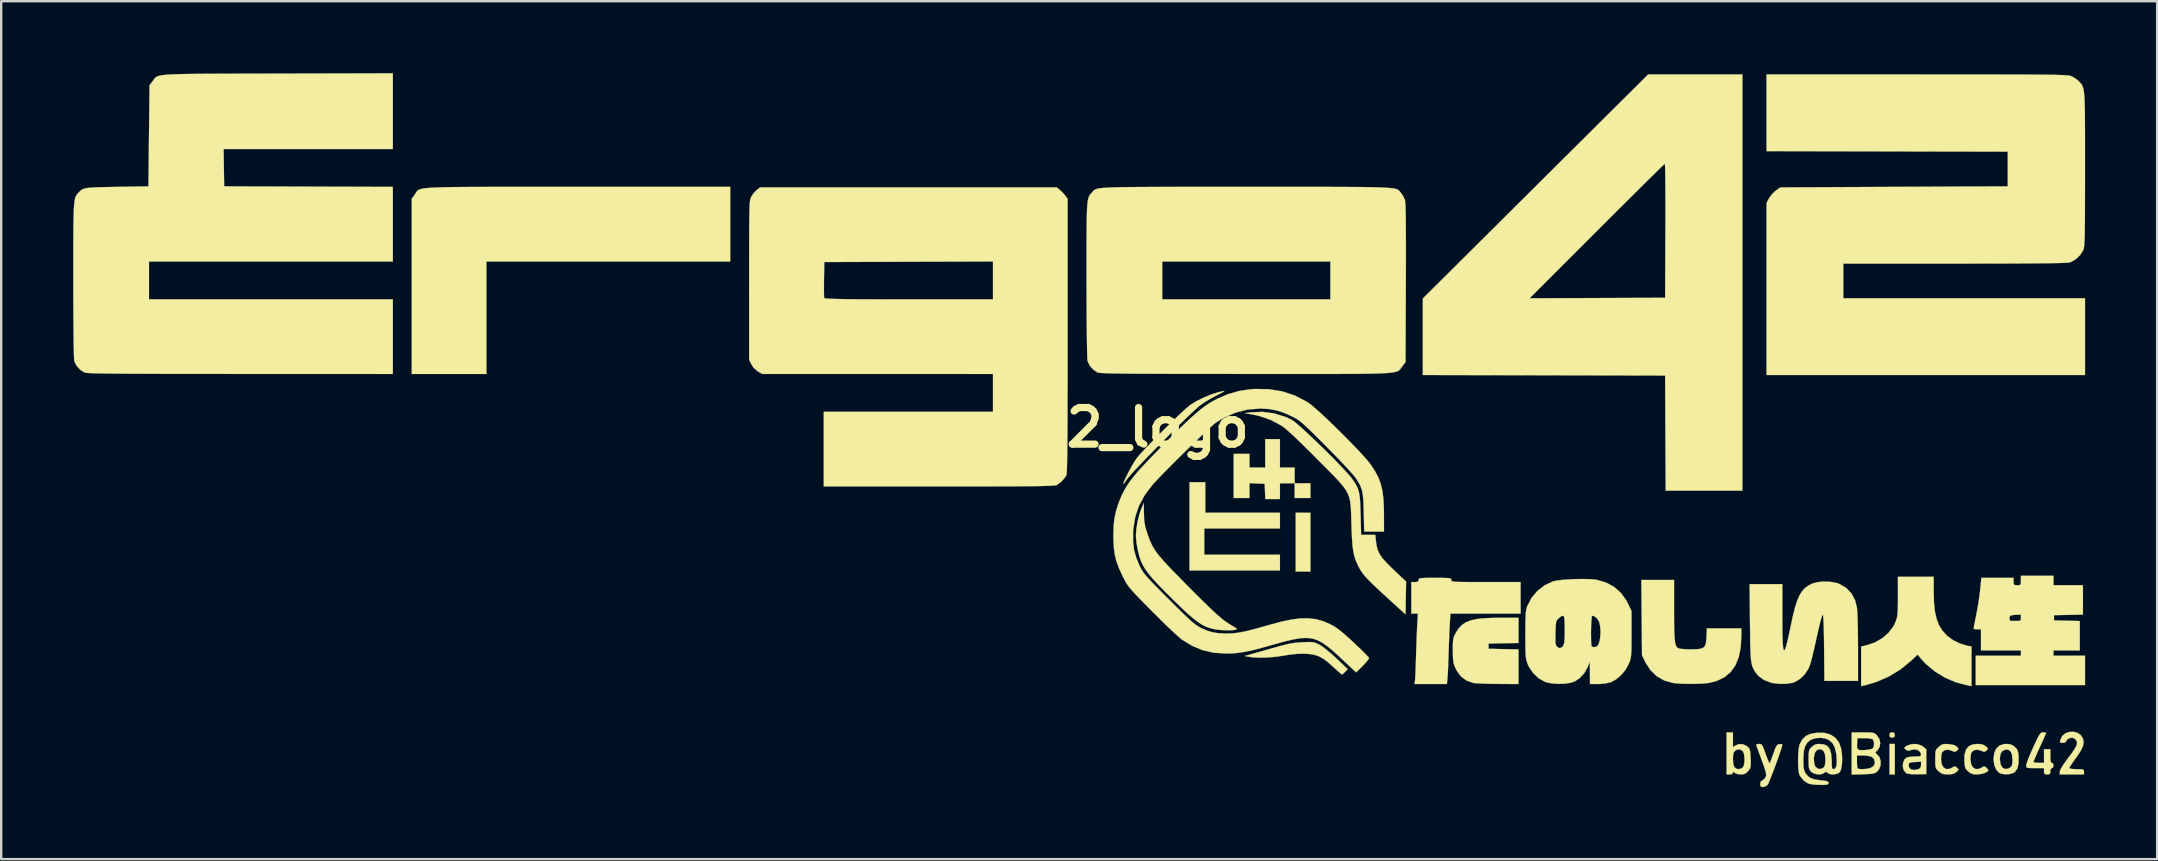
<source format=kicad_pcb>
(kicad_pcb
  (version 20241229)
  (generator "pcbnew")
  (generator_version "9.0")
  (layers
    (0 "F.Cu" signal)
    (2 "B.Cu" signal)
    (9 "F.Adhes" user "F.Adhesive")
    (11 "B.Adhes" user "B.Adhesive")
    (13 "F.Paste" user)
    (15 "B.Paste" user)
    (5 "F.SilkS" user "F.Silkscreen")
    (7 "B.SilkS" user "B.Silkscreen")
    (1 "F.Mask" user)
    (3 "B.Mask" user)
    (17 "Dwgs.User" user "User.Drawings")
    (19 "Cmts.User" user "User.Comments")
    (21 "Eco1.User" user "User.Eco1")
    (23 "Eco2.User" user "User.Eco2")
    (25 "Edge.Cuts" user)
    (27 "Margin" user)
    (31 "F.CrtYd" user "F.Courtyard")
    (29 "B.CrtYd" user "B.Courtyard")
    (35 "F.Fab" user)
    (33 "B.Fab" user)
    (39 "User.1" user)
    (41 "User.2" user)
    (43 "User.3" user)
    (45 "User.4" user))
  (footprint "ergo42_logo"
    (layer "F.Cu")
    (at 41.959 14.765)
    (property "Reference" "ergo42_logo" (at 0 0 0) (layer "F.SilkS") (effects (font (size 1.524 1.524) (thickness 0.3))))
    (attr through_hole)
    (fp_poly (pts (xy 9.591 2.934) (xy 8.934 2.934) (xy 8.934 2.321) (xy 9.591 2.321) (xy 9.591 2.934)) (stroke (width 0.01) (type solid)) (fill yes) (layer "F.SilkS"))
    (fp_poly (pts (xy 9.591 6) (xy 8.978 6) (xy 8.978 3.547) (xy 9.591 3.547) (xy 9.591 6)) (stroke (width 0.01) (type solid)) (fill yes) (layer "F.SilkS"))
    (fp_poly (pts (xy 33.94 14.452) (xy 33.721 14.452) (xy 33.721 13.182) (xy 33.94 13.182) (xy 33.94 14.452)) (stroke (width 0.01) (type solid)) (fill yes) (layer "F.SilkS"))
    (fp_poly (pts (xy 5.211 3.547) (xy 8.321 3.547) (xy 8.321 4.204) (xy 5.168 4.204) (xy 5.168 5.299) (xy 8.321 5.299) (xy 8.321 5.956) (xy 4.554 5.956) (xy 4.554 2.277) (xy 5.211 2.277) (xy 5.211 3.547)) (stroke (width 0.01) (type solid)) (fill yes) (layer "F.SilkS"))
    (fp_poly (pts (xy 33.914 12.718) (xy 33.939 12.789) (xy 33.94 12.809) (xy 33.922 12.893) (xy 33.85 12.919) (xy 33.83 12.919) (xy 33.747 12.901) (xy 33.721 12.83) (xy 33.721 12.809) (xy 33.739 12.726) (xy 33.81 12.7) (xy 33.83 12.7) (xy 33.914 12.718)) (stroke (width 0.01) (type solid)) (fill yes) (layer "F.SilkS"))
    (fp_poly (pts (xy 8.321 1.664) (xy 8.934 1.664) (xy 8.934 2.321) (xy 8.321 2.321) (xy 8.321 2.978) (xy 7.711 2.978) (xy 7.686 2.343) (xy 7.051 2.317) (xy 7.051 2.934) (xy 6.394 2.934) (xy 6.394 1.095) (xy 7.051 1.095) (xy 7.051 1.664) (xy 7.708 1.664) (xy 7.708 0.482) (xy 8.321 0.482) (xy 8.321 1.664)) (stroke (width 0.01) (type solid)) (fill yes) (layer "F.SilkS"))
    (fp_poly (pts (xy -22.625 -10.029) (xy -21.82 -10.029) (xy -20.957 -10.029) (xy -14.583 -10.029) (xy -14.583 -6.919) (xy -24.743 -6.919) (xy -24.743 -2.233) (xy -27.852 -2.233) (xy -27.852 -9.534) (xy -27.722 -9.714) (xy -27.694 -9.757) (xy -27.671 -9.795) (xy -27.649 -9.83) (xy -27.624 -9.861) (xy -27.592 -9.889) (xy -27.548 -9.914) (xy -27.488 -9.935) (xy -27.408 -9.954) (xy -27.304 -9.97) (xy -27.172 -9.983) (xy -27.007 -9.995) (xy -26.804 -10.004) (xy -26.561 -10.012) (xy -26.272 -10.018) (xy -25.934 -10.022) (xy -25.542 -10.025) (xy -25.091 -10.027) (xy -24.579 -10.028) (xy -24 -10.029) (xy -23.35 -10.029) (xy -22.625 -10.029)) (stroke (width 0.01) (type solid)) (fill yes) (layer "F.SilkS"))
    (fp_poly (pts (xy 18.262 8.975) (xy 17.638 8.987) (xy 17.014 8.999) (xy 17.014 9.218) (xy 17.638 9.231) (xy 18.262 9.243) (xy 18.262 10.686) (xy 17.397 10.681) (xy 17.119 10.678) (xy 16.86 10.671) (xy 16.638 10.662) (xy 16.468 10.651) (xy 16.369 10.638) (xy 16.366 10.638) (xy 16.094 10.54) (xy 15.877 10.382) (xy 15.703 10.154) (xy 15.626 10.007) (xy 15.581 9.895) (xy 15.551 9.783) (xy 15.534 9.646) (xy 15.527 9.462) (xy 15.525 9.284) (xy 15.526 9.063) (xy 15.533 8.907) (xy 15.549 8.792) (xy 15.578 8.698) (xy 15.625 8.6) (xy 15.654 8.546) (xy 15.771 8.367) (xy 15.906 8.224) (xy 16.072 8.114) (xy 16.278 8.032) (xy 16.534 7.977) (xy 16.851 7.943) (xy 17.239 7.928) (xy 17.461 7.927) (xy 18.262 7.927) (xy 18.262 8.975)) (stroke (width 0.01) (type solid)) (fill yes) (layer "F.SilkS"))
    (fp_poly (pts (xy 27.59 2.628) (xy 24.394 2.628) (xy 24.382 0.23) (xy 24.371 -2.168) (xy 19.324 -2.179) (xy 14.277 -2.19) (xy 14.277 -5.379) (xy 14.284 -5.386) (xy 18.722 -5.386) (xy 21.546 -5.397) (xy 24.371 -5.408) (xy 24.382 -8.2) (xy 24.384 -8.686) (xy 24.384 -9.145) (xy 24.383 -9.569) (xy 24.382 -9.952) (xy 24.379 -10.287) (xy 24.376 -10.565) (xy 24.372 -10.779) (xy 24.367 -10.923) (xy 24.362 -10.989) (xy 24.36 -10.992) (xy 24.325 -10.962) (xy 24.232 -10.874) (xy 24.087 -10.733) (xy 23.893 -10.542) (xy 23.654 -10.308) (xy 23.376 -10.033) (xy 23.063 -9.722) (xy 22.718 -9.38) (xy 22.347 -9.011) (xy 21.954 -8.619) (xy 21.544 -8.209) (xy 21.524 -8.189) (xy 18.722 -5.386) (xy 14.284 -5.386) (xy 18.971 -10.047) (xy 23.665 -14.714) (xy 27.59 -14.714) (xy 27.59 2.628)) (stroke (width 0.01) (type solid)) (fill yes) (layer "F.SilkS"))
    (fp_poly (pts (xy 35.561 6.843) (xy 35.573 7.288) (xy 35.612 7.661) (xy 35.681 7.973) (xy 35.784 8.236) (xy 35.924 8.462) (xy 36.106 8.662) (xy 36.141 8.695) (xy 36.368 8.859) (xy 36.644 8.994) (xy 36.928 9.084) (xy 36.994 9.097) (xy 37.137 9.12) (xy 37.137 10.771) (xy 36.994 10.746) (xy 36.506 10.621) (xy 36.04 10.425) (xy 35.611 10.165) (xy 35.236 9.85) (xy 35.086 9.691) (xy 34.887 9.46) (xy 34.622 9.714) (xy 34.181 10.075) (xy 33.687 10.376) (xy 33.151 10.607) (xy 32.659 10.748) (xy 32.538 10.775) (xy 32.538 9.124) (xy 32.759 9.073) (xy 33.108 8.955) (xy 33.422 8.774) (xy 33.687 8.543) (xy 33.889 8.272) (xy 33.98 8.078) (xy 34.013 7.981) (xy 34.037 7.88) (xy 34.054 7.761) (xy 34.064 7.607) (xy 34.069 7.402) (xy 34.071 7.131) (xy 34.071 7.027) (xy 34.071 6.219) (xy 35.56 6.219) (xy 35.561 6.843)) (stroke (width 0.01) (type solid)) (fill yes) (layer "F.SilkS"))
    (fp_poly (pts (xy 37.548 13.193) (xy 37.666 13.235) (xy 37.729 13.281) (xy 37.803 13.35) (xy 37.816 13.395) (xy 37.773 13.445) (xy 37.761 13.457) (xy 37.695 13.504) (xy 37.631 13.504) (xy 37.541 13.465) (xy 37.389 13.422) (xy 37.249 13.44) (xy 37.148 13.514) (xy 37.135 13.534) (xy 37.11 13.624) (xy 37.095 13.761) (xy 37.093 13.836) (xy 37.121 14.028) (xy 37.197 14.161) (xy 37.31 14.229) (xy 37.45 14.222) (xy 37.567 14.163) (xy 37.646 14.118) (xy 37.705 14.13) (xy 37.752 14.169) (xy 37.816 14.24) (xy 37.837 14.282) (xy 37.798 14.336) (xy 37.695 14.388) (xy 37.555 14.429) (xy 37.401 14.451) (xy 37.358 14.452) (xy 37.203 14.441) (xy 37.091 14.398) (xy 36.997 14.326) (xy 36.92 14.248) (xy 36.875 14.168) (xy 36.851 14.056) (xy 36.838 13.91) (xy 36.844 13.633) (xy 36.903 13.425) (xy 37.016 13.283) (xy 37.188 13.203) (xy 37.381 13.182) (xy 37.548 13.193)) (stroke (width 0.01) (type solid)) (fill yes) (layer "F.SilkS"))
    (fp_poly (pts (xy 38.746 13.195) (xy 38.863 13.246) (xy 38.94 13.307) (xy 39.018 13.387) (xy 39.063 13.468) (xy 39.087 13.582) (xy 39.099 13.719) (xy 39.095 14.001) (xy 39.043 14.212) (xy 38.942 14.351) (xy 38.887 14.387) (xy 38.729 14.437) (xy 38.545 14.449) (xy 38.376 14.423) (xy 38.28 14.38) (xy 38.164 14.25) (xy 38.086 14.059) (xy 38.056 13.831) (xy 38.056 13.825) (xy 38.319 13.825) (xy 38.344 14.022) (xy 38.413 14.157) (xy 38.517 14.225) (xy 38.647 14.217) (xy 38.747 14.165) (xy 38.804 14.111) (xy 38.833 14.034) (xy 38.844 13.906) (xy 38.844 13.836) (xy 38.823 13.623) (xy 38.76 13.483) (xy 38.657 13.417) (xy 38.545 13.421) (xy 38.424 13.475) (xy 38.352 13.575) (xy 38.322 13.735) (xy 38.319 13.825) (xy 38.056 13.825) (xy 38.056 13.817) (xy 38.085 13.56) (xy 38.171 13.369) (xy 38.313 13.243) (xy 38.511 13.186) (xy 38.591 13.182) (xy 38.746 13.195)) (stroke (width 0.01) (type solid)) (fill yes) (layer "F.SilkS"))
    (fp_poly (pts (xy 24.743 7.613) (xy 24.744 8.021) (xy 24.748 8.349) (xy 24.756 8.608) (xy 24.768 8.806) (xy 24.786 8.953) (xy 24.811 9.058) (xy 24.844 9.128) (xy 24.885 9.175) (xy 24.92 9.197) (xy 24.997 9.216) (xy 25.138 9.23) (xy 25.319 9.239) (xy 25.436 9.24) (xy 25.684 9.236) (xy 25.859 9.215) (xy 25.973 9.166) (xy 26.041 9.079) (xy 26.076 8.944) (xy 26.092 8.748) (xy 26.094 8.719) (xy 26.11 8.364) (xy 27.546 8.364) (xy 27.546 8.704) (xy 27.518 9.174) (xy 27.434 9.578) (xy 27.294 9.916) (xy 27.096 10.19) (xy 26.839 10.403) (xy 26.522 10.555) (xy 26.205 10.639) (xy 26.036 10.659) (xy 25.805 10.673) (xy 25.539 10.679) (xy 25.263 10.678) (xy 25.004 10.669) (xy 24.788 10.653) (xy 24.69 10.64) (xy 24.336 10.539) (xy 24.026 10.363) (xy 23.767 10.117) (xy 23.563 9.805) (xy 23.544 9.766) (xy 23.407 9.481) (xy 23.394 7.916) (xy 23.38 6.35) (xy 24.743 6.35) (xy 24.743 7.613)) (stroke (width 0.01) (type solid)) (fill yes) (layer "F.SilkS"))
    (fp_poly (pts (xy 9.613 8.937) (xy 9.722 8.949) (xy 9.816 8.976) (xy 9.919 9.022) (xy 9.951 9.038) (xy 10.076 9.116) (xy 10.245 9.244) (xy 10.441 9.407) (xy 10.646 9.592) (xy 10.664 9.609) (xy 11.145 10.064) (xy 11.039 10.178) (xy 10.962 10.253) (xy 10.912 10.289) (xy 10.908 10.289) (xy 10.867 10.26) (xy 10.777 10.184) (xy 10.653 10.074) (xy 10.556 9.985) (xy 10.32 9.776) (xy 10.119 9.627) (xy 9.932 9.526) (xy 9.74 9.464) (xy 9.522 9.432) (xy 9.394 9.424) (xy 9.068 9.426) (xy 8.718 9.462) (xy 8.497 9.499) (xy 8.159 9.549) (xy 7.811 9.578) (xy 7.481 9.587) (xy 7.191 9.574) (xy 7.029 9.551) (xy 6.854 9.517) (xy 6.985 9.482) (xy 7.067 9.46) (xy 7.218 9.417) (xy 7.422 9.359) (xy 7.664 9.29) (xy 7.928 9.214) (xy 7.948 9.208) (xy 8.261 9.12) (xy 8.51 9.054) (xy 8.714 9.008) (xy 8.892 8.977) (xy 9.064 8.958) (xy 9.25 8.946) (xy 9.25 8.946) (xy 9.463 8.937) (xy 9.613 8.937)) (stroke (width 0.01) (type solid)) (fill yes) (layer "F.SilkS"))
    (fp_poly (pts (xy 34.866 13.188) (xy 35.051 13.249) (xy 35.119 13.295) (xy 35.253 13.408) (xy 35.253 14.44) (xy 34.867 14.446) (xy 34.64 14.442) (xy 34.482 14.423) (xy 34.409 14.397) (xy 34.311 14.272) (xy 34.271 14.106) (xy 34.276 14.069) (xy 34.517 14.069) (xy 34.54 14.179) (xy 34.626 14.248) (xy 34.758 14.269) (xy 34.92 14.235) (xy 34.922 14.234) (xy 35.007 14.178) (xy 35.034 14.08) (xy 35.034 14.056) (xy 35.034 13.922) (xy 34.783 13.935) (xy 34.64 13.945) (xy 34.563 13.965) (xy 34.529 14.004) (xy 34.517 14.069) (xy 34.276 14.069) (xy 34.292 13.941) (xy 34.347 13.826) (xy 34.43 13.754) (xy 34.56 13.718) (xy 34.757 13.707) (xy 34.769 13.707) (xy 34.917 13.704) (xy 34.998 13.689) (xy 35.03 13.658) (xy 35.034 13.626) (xy 34.997 13.514) (xy 34.9 13.437) (xy 34.768 13.406) (xy 34.627 13.43) (xy 34.595 13.445) (xy 34.491 13.464) (xy 34.422 13.435) (xy 34.349 13.375) (xy 34.351 13.324) (xy 34.433 13.265) (xy 34.463 13.249) (xy 34.659 13.187) (xy 34.866 13.188)) (stroke (width 0.01) (type solid)) (fill yes) (layer "F.SilkS"))
    (fp_poly (pts (xy 36.181 13.191) (xy 36.372 13.218) (xy 36.495 13.271) (xy 36.527 13.297) (xy 36.585 13.363) (xy 36.582 13.408) (xy 36.532 13.458) (xy 36.468 13.505) (xy 36.404 13.504) (xy 36.315 13.465) (xy 36.163 13.422) (xy 36.023 13.44) (xy 35.922 13.514) (xy 35.909 13.534) (xy 35.884 13.624) (xy 35.869 13.761) (xy 35.867 13.836) (xy 35.894 14.028) (xy 35.971 14.161) (xy 36.084 14.229) (xy 36.224 14.222) (xy 36.341 14.163) (xy 36.42 14.118) (xy 36.48 14.131) (xy 36.53 14.173) (xy 36.586 14.229) (xy 36.586 14.272) (xy 36.526 14.333) (xy 36.503 14.352) (xy 36.402 14.417) (xy 36.274 14.447) (xy 36.149 14.452) (xy 35.994 14.443) (xy 35.885 14.41) (xy 35.783 14.337) (xy 35.769 14.324) (xy 35.7 14.259) (xy 35.658 14.199) (xy 35.636 14.12) (xy 35.627 14.001) (xy 35.626 13.817) (xy 35.627 13.633) (xy 35.635 13.514) (xy 35.658 13.435) (xy 35.7 13.374) (xy 35.77 13.308) (xy 35.774 13.305) (xy 35.866 13.23) (xy 35.949 13.193) (xy 36.057 13.184) (xy 36.181 13.191)) (stroke (width 0.01) (type solid)) (fill yes) (layer "F.SilkS"))
    (fp_poly (pts (xy 41.538 12.714) (xy 41.678 12.804) (xy 41.773 12.944) (xy 41.797 13.025) (xy 41.805 13.15) (xy 41.776 13.282) (xy 41.705 13.436) (xy 41.584 13.628) (xy 41.455 13.808) (xy 41.348 13.958) (xy 41.265 14.083) (xy 41.217 14.166) (xy 41.209 14.187) (xy 41.251 14.212) (xy 41.365 14.228) (xy 41.516 14.233) (xy 41.676 14.234) (xy 41.768 14.244) (xy 41.81 14.268) (xy 41.822 14.313) (xy 41.822 14.342) (xy 41.822 14.452) (xy 40.815 14.452) (xy 40.815 14.34) (xy 40.844 14.248) (xy 40.93 14.098) (xy 41.066 13.899) (xy 41.144 13.794) (xy 41.312 13.569) (xy 41.429 13.399) (xy 41.5 13.272) (xy 41.532 13.176) (xy 41.53 13.1) (xy 41.499 13.03) (xy 41.494 13.023) (xy 41.414 12.946) (xy 41.337 12.919) (xy 41.214 12.942) (xy 41.118 12.999) (xy 41.078 13.073) (xy 41.078 13.074) (xy 41.038 13.124) (xy 40.942 13.138) (xy 40.849 13.131) (xy 40.822 13.093) (xy 40.836 13.018) (xy 40.914 12.856) (xy 41.042 12.744) (xy 41.202 12.684) (xy 41.373 12.674) (xy 41.538 12.714)) (stroke (width 0.01) (type solid)) (fill yes) (layer "F.SilkS"))
    (fp_poly (pts (xy 27.196 13.318) (xy 27.293 13.25) (xy 27.452 13.188) (xy 27.627 13.199) (xy 27.786 13.28) (xy 27.795 13.287) (xy 27.855 13.344) (xy 27.892 13.406) (xy 27.914 13.494) (xy 27.926 13.631) (xy 27.933 13.783) (xy 27.939 13.972) (xy 27.935 14.097) (xy 27.916 14.182) (xy 27.88 14.25) (xy 27.831 14.312) (xy 27.736 14.405) (xy 27.636 14.445) (xy 27.523 14.452) (xy 27.372 14.434) (xy 27.269 14.388) (xy 27.264 14.383) (xy 27.212 14.337) (xy 27.196 14.357) (xy 27.196 14.383) (xy 27.161 14.436) (xy 27.064 14.452) (xy 26.933 14.452) (xy 26.933 13.82) (xy 27.196 13.82) (xy 27.21 14.024) (xy 27.258 14.153) (xy 27.345 14.219) (xy 27.436 14.233) (xy 27.548 14.204) (xy 27.608 14.164) (xy 27.654 14.071) (xy 27.677 13.925) (xy 27.678 13.758) (xy 27.657 13.604) (xy 27.615 13.494) (xy 27.605 13.481) (xy 27.49 13.41) (xy 27.361 13.419) (xy 27.276 13.473) (xy 27.227 13.541) (xy 27.203 13.65) (xy 27.196 13.82) (xy 26.933 13.82) (xy 26.933 12.7) (xy 27.196 12.7) (xy 27.196 13.318)) (stroke (width 0.01) (type solid)) (fill yes) (layer "F.SilkS"))
    (fp_poly (pts (xy 6.003 -1.516) (xy 5.948 -1.479) (xy 5.816 -1.409) (xy 5.67 -1.336) (xy 5.458 -1.221) (xy 5.237 -1.089) (xy 5.045 -0.961) (xy 4.992 -0.923) (xy 4.885 -0.834) (xy 4.729 -0.692) (xy 4.531 -0.505) (xy 4.301 -0.283) (xy 4.045 -0.033) (xy 3.774 0.237) (xy 3.494 0.517) (xy 3.214 0.801) (xy 2.942 1.079) (xy 2.687 1.342) (xy 2.456 1.584) (xy 2.258 1.795) (xy 2.102 1.968) (xy 1.994 2.093) (xy 1.955 2.145) (xy 1.875 2.261) (xy 1.818 2.334) (xy 1.796 2.349) (xy 1.796 2.349) (xy 1.816 2.274) (xy 1.872 2.143) (xy 1.953 1.974) (xy 2.05 1.787) (xy 2.153 1.6) (xy 2.251 1.432) (xy 2.336 1.302) (xy 2.338 1.299) (xy 2.427 1.189) (xy 2.568 1.032) (xy 2.751 0.836) (xy 2.966 0.613) (xy 3.202 0.372) (xy 3.451 0.123) (xy 3.7 -0.123) (xy 3.94 -0.356) (xy 4.162 -0.567) (xy 4.354 -0.744) (xy 4.507 -0.878) (xy 4.61 -0.96) (xy 4.613 -0.961) (xy 4.869 -1.114) (xy 5.17 -1.261) (xy 5.477 -1.386) (xy 5.721 -1.463) (xy 5.888 -1.505) (xy 5.983 -1.524) (xy 6.003 -1.516)) (stroke (width 0.01) (type solid)) (fill yes) (layer "F.SilkS"))
    (fp_poly (pts (xy 28.341 13.186) (xy 28.388 13.209) (xy 28.429 13.265) (xy 28.475 13.371) (xy 28.537 13.54) (xy 28.557 13.596) (xy 28.62 13.767) (xy 28.674 13.899) (xy 28.713 13.975) (xy 28.726 13.987) (xy 28.75 13.937) (xy 28.795 13.825) (xy 28.851 13.669) (xy 28.882 13.583) (xy 28.946 13.402) (xy 28.996 13.289) (xy 29.041 13.226) (xy 29.091 13.198) (xy 29.133 13.19) (xy 29.221 13.191) (xy 29.255 13.212) (xy 29.24 13.281) (xy 29.199 13.415) (xy 29.138 13.597) (xy 29.063 13.812) (xy 28.979 14.044) (xy 28.892 14.276) (xy 28.809 14.493) (xy 28.735 14.679) (xy 28.676 14.817) (xy 28.637 14.891) (xy 28.632 14.898) (xy 28.528 14.96) (xy 28.444 14.977) (xy 28.364 14.962) (xy 28.336 14.9) (xy 28.334 14.851) (xy 28.357 14.745) (xy 28.421 14.702) (xy 28.502 14.647) (xy 28.559 14.565) (xy 28.577 14.51) (xy 28.578 14.442) (xy 28.56 14.347) (xy 28.519 14.208) (xy 28.451 14.012) (xy 28.4 13.871) (xy 28.323 13.658) (xy 28.255 13.471) (xy 28.203 13.329) (xy 28.173 13.247) (xy 28.169 13.236) (xy 28.19 13.194) (xy 28.281 13.182) (xy 28.341 13.186)) (stroke (width 0.01) (type solid)) (fill yes) (layer "F.SilkS"))
    (fp_poly (pts (xy 40.21 12.706) (xy 40.246 12.72) (xy 40.229 12.764) (xy 40.181 12.874) (xy 40.11 13.034) (xy 40.021 13.229) (xy 39.983 13.313) (xy 39.889 13.521) (xy 39.81 13.701) (xy 39.753 13.838) (xy 39.723 13.917) (xy 39.72 13.928) (xy 39.76 13.952) (xy 39.86 13.967) (xy 39.939 13.97) (xy 40.158 13.97) (xy 40.158 13.401) (xy 40.421 13.401) (xy 40.421 13.685) (xy 40.425 13.845) (xy 40.441 13.934) (xy 40.472 13.968) (xy 40.487 13.97) (xy 40.54 14.008) (xy 40.552 14.079) (xy 40.53 14.168) (xy 40.487 14.189) (xy 40.435 14.228) (xy 40.421 14.32) (xy 40.41 14.413) (xy 40.359 14.448) (xy 40.29 14.452) (xy 40.197 14.441) (xy 40.162 14.39) (xy 40.158 14.32) (xy 40.158 14.189) (xy 39.786 14.189) (xy 39.606 14.188) (xy 39.496 14.182) (xy 39.439 14.165) (xy 39.417 14.132) (xy 39.414 14.078) (xy 39.414 14.077) (xy 39.432 14) (xy 39.481 13.86) (xy 39.555 13.674) (xy 39.648 13.459) (xy 39.705 13.332) (xy 39.815 13.095) (xy 39.897 12.925) (xy 39.958 12.813) (xy 40.007 12.746) (xy 40.05 12.712) (xy 40.095 12.701) (xy 40.121 12.7) (xy 40.21 12.706)) (stroke (width 0.01) (type solid)) (fill yes) (layer "F.SilkS"))
    (fp_poly (pts (xy 15.037 6.263) (xy 15.22 6.266) (xy 15.34 6.272) (xy 15.412 6.284) (xy 15.447 6.303) (xy 15.458 6.331) (xy 15.459 6.35) (xy 15.461 6.374) (xy 15.474 6.393) (xy 15.507 6.408) (xy 15.568 6.419) (xy 15.665 6.427) (xy 15.809 6.432) (xy 16.007 6.435) (xy 16.269 6.437) (xy 16.602 6.438) (xy 16.904 6.438) (xy 18.349 6.438) (xy 18.349 7.751) (xy 15.426 7.751) (xy 15.399 8.156) (xy 15.389 8.336) (xy 15.378 8.579) (xy 15.367 8.863) (xy 15.356 9.163) (xy 15.349 9.394) (xy 15.34 9.673) (xy 15.33 9.938) (xy 15.319 10.171) (xy 15.309 10.352) (xy 15.301 10.456) (xy 15.277 10.686) (xy 13.925 10.686) (xy 13.945 10.587) (xy 13.952 10.514) (xy 13.961 10.369) (xy 13.97 10.166) (xy 13.98 9.92) (xy 13.989 9.647) (xy 13.99 9.591) (xy 14 9.28) (xy 14.011 8.963) (xy 14.022 8.664) (xy 14.033 8.406) (xy 14.043 8.222) (xy 14.07 7.751) (xy 13.795 7.751) (xy 13.795 6.438) (xy 13.948 6.438) (xy 14.054 6.428) (xy 14.096 6.39) (xy 14.101 6.35) (xy 14.106 6.317) (xy 14.127 6.293) (xy 14.178 6.278) (xy 14.271 6.269) (xy 14.42 6.264) (xy 14.636 6.263) (xy 14.78 6.262) (xy 15.037 6.263)) (stroke (width 0.01) (type solid)) (fill yes) (layer "F.SilkS"))
    (fp_poly (pts (xy 40.552 6.569) (xy 41.779 6.569) (xy 41.779 7.793) (xy 40.574 7.817) (xy 40.574 8.036) (xy 41.111 8.048) (xy 41.647 8.061) (xy 41.647 9.284) (xy 40.552 9.284) (xy 40.552 9.503) (xy 41.866 9.503) (xy 41.866 10.729) (xy 37.312 10.729) (xy 37.312 9.503) (xy 39.195 9.503) (xy 39.195 9.284) (xy 37.531 9.284) (xy 37.531 8.408) (xy 37.377 8.408) (xy 37.276 8.4) (xy 37.225 8.379) (xy 37.224 8.374) (xy 37.233 8.321) (xy 37.256 8.199) (xy 37.29 8.028) (xy 37.294 8.006) (xy 38.718 8.006) (xy 38.74 8.042) (xy 38.81 8.056) (xy 38.946 8.058) (xy 38.951 8.058) (xy 39.09 8.056) (xy 39.162 8.042) (xy 39.19 8.004) (xy 39.195 7.931) (xy 39.195 7.924) (xy 39.195 7.791) (xy 38.965 7.804) (xy 38.83 7.815) (xy 38.76 7.838) (xy 38.73 7.885) (xy 38.721 7.938) (xy 38.718 8.006) (xy 37.294 8.006) (xy 37.331 7.824) (xy 37.332 7.819) (xy 37.384 7.545) (xy 37.435 7.234) (xy 37.477 6.933) (xy 37.495 6.78) (xy 37.549 6.262) (xy 38.888 6.262) (xy 38.888 6.416) (xy 38.895 6.518) (xy 38.933 6.561) (xy 39.03 6.569) (xy 39.042 6.569) (xy 39.136 6.565) (xy 39.18 6.536) (xy 39.194 6.46) (xy 39.195 6.372) (xy 39.195 6.175) (xy 40.552 6.175) (xy 40.552 6.569)) (stroke (width 0.01) (type solid)) (fill yes) (layer "F.SilkS"))
    (fp_poly (pts (xy 2.654 3.577) (xy 2.662 3.814) (xy 2.685 4.008) (xy 2.729 4.199) (xy 2.799 4.421) (xy 2.861 4.6) (xy 2.925 4.76) (xy 2.995 4.908) (xy 3.078 5.054) (xy 3.181 5.205) (xy 3.31 5.369) (xy 3.472 5.557) (xy 3.673 5.774) (xy 3.919 6.031) (xy 4.218 6.336) (xy 4.441 6.562) (xy 4.79 6.913) (xy 5.085 7.206) (xy 5.334 7.45) (xy 5.544 7.65) (xy 5.723 7.813) (xy 5.878 7.945) (xy 6.016 8.053) (xy 6.144 8.143) (xy 6.27 8.223) (xy 6.342 8.265) (xy 6.466 8.338) (xy 6.521 8.381) (xy 6.518 8.407) (xy 6.473 8.424) (xy 6.338 8.443) (xy 6.148 8.448) (xy 5.932 8.441) (xy 5.723 8.422) (xy 5.549 8.394) (xy 5.54 8.391) (xy 5.373 8.344) (xy 5.217 8.285) (xy 5.062 8.205) (xy 4.897 8.098) (xy 4.715 7.957) (xy 4.504 7.776) (xy 4.256 7.546) (xy 3.961 7.261) (xy 3.86 7.161) (xy 3.537 6.84) (xy 3.273 6.569) (xy 3.059 6.339) (xy 2.889 6.141) (xy 2.757 5.967) (xy 2.653 5.808) (xy 2.573 5.656) (xy 2.541 5.585) (xy 2.464 5.363) (xy 2.397 5.092) (xy 2.347 4.809) (xy 2.322 4.553) (xy 2.321 4.489) (xy 2.339 4.231) (xy 2.387 3.937) (xy 2.456 3.646) (xy 2.54 3.397) (xy 2.554 3.365) (xy 2.649 3.146) (xy 2.654 3.577)) (stroke (width 0.01) (type solid)) (fill yes) (layer "F.SilkS"))
    (fp_poly (pts (xy 32.814 12.701) (xy 32.954 12.707) (xy 33.046 12.722) (xy 33.11 12.75) (xy 33.167 12.797) (xy 33.199 12.828) (xy 33.299 12.981) (xy 33.334 13.154) (xy 33.302 13.322) (xy 33.218 13.444) (xy 33.148 13.516) (xy 33.138 13.558) (xy 33.185 13.6) (xy 33.19 13.603) (xy 33.3 13.729) (xy 33.352 13.895) (xy 33.346 14.075) (xy 33.28 14.242) (xy 33.213 14.324) (xy 33.155 14.372) (xy 33.089 14.403) (xy 32.996 14.423) (xy 32.855 14.435) (xy 32.648 14.444) (xy 32.622 14.445) (xy 32.144 14.459) (xy 32.144 13.663) (xy 32.363 13.663) (xy 32.363 13.919) (xy 32.368 14.061) (xy 32.38 14.166) (xy 32.392 14.204) (xy 32.46 14.226) (xy 32.582 14.232) (xy 32.725 14.224) (xy 32.859 14.203) (xy 32.918 14.186) (xy 33.043 14.117) (xy 33.099 14.019) (xy 33.107 13.937) (xy 33.074 13.805) (xy 32.969 13.716) (xy 32.792 13.671) (xy 32.648 13.663) (xy 32.363 13.663) (xy 32.144 13.663) (xy 32.144 13.294) (xy 32.365 13.294) (xy 32.387 13.39) (xy 32.454 13.434) (xy 32.581 13.442) (xy 32.692 13.437) (xy 32.847 13.42) (xy 32.969 13.394) (xy 33.027 13.367) (xy 33.068 13.278) (xy 33.076 13.152) (xy 33.052 13.037) (xy 33.025 12.994) (xy 32.952 12.965) (xy 32.814 12.946) (xy 32.678 12.941) (xy 32.385 12.941) (xy 32.371 13.132) (xy 32.365 13.294) (xy 32.144 13.294) (xy 32.144 12.7) (xy 32.607 12.7) (xy 32.814 12.701)) (stroke (width 0.01) (type solid)) (fill yes) (layer "F.SilkS"))
    (fp_poly (pts (xy 8.075 -0.591) (xy 8.543 -0.447) (xy 8.815 -0.321) (xy 8.908 -0.257) (xy 9.052 -0.138) (xy 9.237 0.025) (xy 9.455 0.225) (xy 9.696 0.451) (xy 9.951 0.696) (xy 10.21 0.949) (xy 10.464 1.202) (xy 10.704 1.446) (xy 10.92 1.671) (xy 11.103 1.868) (xy 11.245 2.028) (xy 11.325 2.13) (xy 11.432 2.284) (xy 11.514 2.422) (xy 11.574 2.558) (xy 11.617 2.709) (xy 11.645 2.89) (xy 11.664 3.118) (xy 11.676 3.407) (xy 11.682 3.624) (xy 11.703 4.467) (xy 12.293 4.467) (xy 12.321 4.731) (xy 12.35 4.934) (xy 12.399 5.11) (xy 12.475 5.273) (xy 12.589 5.439) (xy 12.75 5.623) (xy 12.967 5.84) (xy 13.058 5.927) (xy 13.578 6.419) (xy 13.566 7.102) (xy 13.554 7.785) (xy 12.757 7.056) (xy 12.469 6.792) (xy 12.239 6.576) (xy 12.058 6.399) (xy 11.917 6.251) (xy 11.808 6.124) (xy 11.722 6.007) (xy 11.651 5.892) (xy 11.586 5.769) (xy 11.581 5.759) (xy 11.507 5.598) (xy 11.449 5.446) (xy 11.404 5.288) (xy 11.37 5.109) (xy 11.344 4.895) (xy 11.325 4.632) (xy 11.31 4.305) (xy 11.301 4.051) (xy 11.292 3.737) (xy 11.284 3.476) (xy 11.27 3.256) (xy 11.246 3.068) (xy 11.207 2.902) (xy 11.148 2.748) (xy 11.062 2.595) (xy 10.946 2.434) (xy 10.793 2.255) (xy 10.6 2.047) (xy 10.359 1.801) (xy 10.067 1.507) (xy 9.88 1.319) (xy 9.495 0.933) (xy 9.16 0.606) (xy 8.879 0.338) (xy 8.653 0.132) (xy 8.482 -0.011) (xy 8.398 -0.073) (xy 7.944 -0.318) (xy 7.447 -0.487) (xy 7.189 -0.542) (xy 6.854 -0.601) (xy 7.113 -0.635) (xy 7.593 -0.655) (xy 8.075 -0.591)) (stroke (width 0.01) (type solid)) (fill yes) (layer "F.SilkS"))
    (fp_poly (pts (xy 31.235 6.424) (xy 31.492 6.468) (xy 31.641 6.519) (xy 31.922 6.688) (xy 32.136 6.912) (xy 32.284 7.193) (xy 32.36 7.489) (xy 32.372 7.604) (xy 32.382 7.793) (xy 32.391 8.043) (xy 32.399 8.34) (xy 32.404 8.671) (xy 32.406 9.022) (xy 32.407 9.164) (xy 32.407 10.554) (xy 31.007 10.554) (xy 30.995 9.175) (xy 30.99 8.757) (xy 30.983 8.409) (xy 30.974 8.135) (xy 30.964 7.939) (xy 30.951 7.824) (xy 30.94 7.792) (xy 30.917 7.832) (xy 30.879 7.944) (xy 30.832 8.113) (xy 30.779 8.328) (xy 30.733 8.526) (xy 30.65 8.903) (xy 30.582 9.204) (xy 30.526 9.442) (xy 30.481 9.626) (xy 30.443 9.766) (xy 30.41 9.874) (xy 30.378 9.961) (xy 30.344 10.036) (xy 30.323 10.078) (xy 30.179 10.292) (xy 29.988 10.474) (xy 29.775 10.601) (xy 29.67 10.637) (xy 29.418 10.675) (xy 29.133 10.678) (xy 28.86 10.647) (xy 28.77 10.626) (xy 28.483 10.513) (xy 28.258 10.347) (xy 28.15 10.215) (xy 28.093 10.126) (xy 28.047 10.044) (xy 28.009 9.959) (xy 27.98 9.861) (xy 27.957 9.741) (xy 27.941 9.589) (xy 27.929 9.395) (xy 27.92 9.15) (xy 27.914 8.844) (xy 27.91 8.467) (xy 27.906 8.135) (xy 27.89 6.525) (xy 29.254 6.525) (xy 29.254 7.88) (xy 29.255 8.328) (xy 29.26 8.689) (xy 29.27 8.964) (xy 29.285 9.155) (xy 29.307 9.263) (xy 29.335 9.288) (xy 29.372 9.231) (xy 29.417 9.094) (xy 29.473 8.877) (xy 29.538 8.582) (xy 29.602 8.277) (xy 29.694 7.853) (xy 29.781 7.506) (xy 29.869 7.227) (xy 29.963 7.005) (xy 30.067 6.832) (xy 30.186 6.698) (xy 30.326 6.592) (xy 30.48 6.509) (xy 30.696 6.444) (xy 30.958 6.416) (xy 31.235 6.424)) (stroke (width 0.01) (type solid)) (fill yes) (layer "F.SilkS"))
    (fp_poly (pts (xy 34.87 -14.714) (xy 35.736 -14.713) (xy 36.519 -14.713) (xy 37.223 -14.713) (xy 37.853 -14.712) (xy 38.412 -14.711) (xy 38.906 -14.71) (xy 39.337 -14.708) (xy 39.712 -14.706) (xy 40.034 -14.704) (xy 40.307 -14.701) (xy 40.536 -14.697) (xy 40.725 -14.693) (xy 40.878 -14.688) (xy 41.001 -14.683) (xy 41.096 -14.676) (xy 41.169 -14.669) (xy 41.224 -14.66) (xy 41.265 -14.651) (xy 41.297 -14.641) (xy 41.319 -14.631) (xy 41.462 -14.548) (xy 41.592 -14.445) (xy 41.612 -14.424) (xy 41.659 -14.375) (xy 41.7 -14.329) (xy 41.735 -14.281) (xy 41.764 -14.224) (xy 41.789 -14.152) (xy 41.81 -14.059) (xy 41.826 -13.939) (xy 41.839 -13.785) (xy 41.849 -13.592) (xy 41.856 -13.353) (xy 41.861 -13.062) (xy 41.863 -12.713) (xy 41.865 -12.3) (xy 41.865 -11.816) (xy 41.865 -11.256) (xy 41.865 -10.764) (xy 41.865 -10.154) (xy 41.864 -9.626) (xy 41.863 -9.174) (xy 41.862 -8.79) (xy 41.86 -8.469) (xy 41.856 -8.204) (xy 41.852 -7.99) (xy 41.847 -7.819) (xy 41.84 -7.687) (xy 41.832 -7.586) (xy 41.822 -7.51) (xy 41.811 -7.454) (xy 41.797 -7.41) (xy 41.785 -7.379) (xy 41.66 -7.185) (xy 41.485 -7.018) (xy 41.289 -6.902) (xy 41.221 -6.878) (xy 41.146 -6.87) (xy 40.984 -6.862) (xy 40.736 -6.855) (xy 40.402 -6.849) (xy 39.981 -6.844) (xy 39.473 -6.84) (xy 38.878 -6.837) (xy 38.196 -6.834) (xy 37.427 -6.833) (xy 36.571 -6.832) (xy 36.425 -6.832) (xy 31.794 -6.832) (xy 31.794 -5.387) (xy 41.866 -5.387) (xy 41.866 -2.19) (xy 28.597 -2.19) (xy 28.597 -9.358) (xy 28.699 -9.551) (xy 28.8 -9.696) (xy 28.935 -9.834) (xy 28.987 -9.875) (xy 29.174 -10.007) (xy 33.911 -10.029) (xy 38.647 -10.051) (xy 38.647 -11.496) (xy 33.622 -11.507) (xy 28.597 -11.518) (xy 28.597 -14.714) (xy 34.87 -14.714)) (stroke (width 0.01) (type solid)) (fill yes) (layer "F.SilkS"))
    (fp_poly (pts (xy -28.641 -11.605) (xy -35.693 -11.605) (xy -35.681 -10.828) (xy -35.669 -10.051) (xy -32.155 -10.039) (xy -28.641 -10.028) (xy -28.641 -6.919) (xy -38.801 -6.919) (xy -38.801 -5.343) (xy -28.641 -5.343) (xy -28.641 -2.233) (xy -35.002 -2.235) (xy -35.898 -2.236) (xy -36.711 -2.236) (xy -37.444 -2.237) (xy -38.101 -2.238) (xy -38.686 -2.24) (xy -39.203 -2.242) (xy -39.656 -2.244) (xy -40.048 -2.247) (xy -40.383 -2.25) (xy -40.666 -2.254) (xy -40.901 -2.258) (xy -41.09 -2.263) (xy -41.238 -2.269) (xy -41.349 -2.275) (xy -41.427 -2.282) (xy -41.476 -2.29) (xy -41.494 -2.296) (xy -41.668 -2.41) (xy -41.816 -2.573) (xy -41.908 -2.753) (xy -41.911 -2.762) (xy -41.919 -2.835) (xy -41.927 -2.992) (xy -41.933 -3.227) (xy -41.939 -3.537) (xy -41.944 -3.918) (xy -41.948 -4.364) (xy -41.951 -4.872) (xy -41.953 -5.438) (xy -41.954 -6.057) (xy -41.954 -6.143) (xy -41.954 -6.769) (xy -41.954 -7.314) (xy -41.953 -7.784) (xy -41.951 -8.184) (xy -41.947 -8.521) (xy -41.942 -8.801) (xy -41.935 -9.031) (xy -41.925 -9.215) (xy -41.912 -9.362) (xy -41.896 -9.475) (xy -41.876 -9.563) (xy -41.852 -9.63) (xy -41.823 -9.683) (xy -41.79 -9.728) (xy -41.751 -9.771) (xy -41.722 -9.802) (xy -41.667 -9.858) (xy -41.612 -9.903) (xy -41.546 -9.939) (xy -41.46 -9.965) (xy -41.344 -9.985) (xy -41.186 -10) (xy -40.977 -10.01) (xy -40.707 -10.018) (xy -40.365 -10.025) (xy -40.136 -10.029) (xy -38.823 -10.051) (xy -38.801 -12.156) (xy -38.779 -14.262) (xy -38.656 -14.422) (xy -38.621 -14.471) (xy -38.592 -14.514) (xy -38.564 -14.552) (xy -38.53 -14.586) (xy -38.488 -14.615) (xy -38.431 -14.64) (xy -38.355 -14.662) (xy -38.255 -14.68) (xy -38.127 -14.695) (xy -37.964 -14.708) (xy -37.762 -14.718) (xy -37.517 -14.726) (xy -37.223 -14.732) (xy -36.875 -14.736) (xy -36.469 -14.74) (xy -36 -14.742) (xy -35.462 -14.744) (xy -34.852 -14.745) (xy -34.163 -14.747) (xy -33.447 -14.748) (xy -28.641 -14.76) (xy -28.641 -11.605)) (stroke (width 0.01) (type solid)) (fill yes) (layer "F.SilkS"))
    (fp_poly (pts (xy -0.857 -9.907) (xy -0.742 -9.801) (xy -0.634 -9.677) (xy -0.628 -9.669) (xy -0.526 -9.53) (xy -0.526 -3.821) (xy -0.526 -2.922) (xy -0.526 -2.109) (xy -0.528 -1.378) (xy -0.53 -0.727) (xy -0.532 -0.153) (xy -0.535 0.347) (xy -0.538 0.775) (xy -0.542 1.133) (xy -0.547 1.425) (xy -0.553 1.654) (xy -0.559 1.821) (xy -0.566 1.929) (xy -0.573 1.981) (xy -0.575 1.985) (xy -0.678 2.134) (xy -0.82 2.281) (xy -0.965 2.387) (xy -0.972 2.391) (xy -1.002 2.401) (xy -1.054 2.409) (xy -1.134 2.417) (xy -1.246 2.424) (xy -1.394 2.43) (xy -1.583 2.435) (xy -1.818 2.439) (xy -2.104 2.443) (xy -2.445 2.446) (xy -2.846 2.448) (xy -3.311 2.45) (xy -3.845 2.451) (xy -4.454 2.452) (xy -5.14 2.452) (xy -5.888 2.452) (xy -10.686 2.452) (xy -10.686 -0.657) (xy -3.635 -0.657) (xy -3.635 -2.233) (xy -8.441 -2.234) (xy -13.247 -2.235) (xy -13.423 -2.333) (xy -13.603 -2.483) (xy -13.696 -2.626) (xy -13.795 -2.821) (xy -13.795 -5.931) (xy -10.678 -5.931) (xy -10.678 -5.714) (xy -10.676 -5.543) (xy -10.671 -5.432) (xy -10.666 -5.399) (xy -10.647 -5.389) (xy -10.596 -5.379) (xy -10.506 -5.371) (xy -10.375 -5.365) (xy -10.195 -5.359) (xy -9.964 -5.354) (xy -9.674 -5.35) (xy -9.323 -5.347) (xy -8.904 -5.345) (xy -8.413 -5.344) (xy -7.844 -5.343) (xy -7.194 -5.343) (xy -7.14 -5.343) (xy -3.635 -5.343) (xy -3.635 -6.92) (xy -7.149 -6.909) (xy -10.664 -6.897) (xy -10.676 -6.177) (xy -10.678 -5.931) (xy -13.795 -5.931) (xy -13.795 -6.126) (xy -13.795 -6.743) (xy -13.794 -7.279) (xy -13.794 -7.739) (xy -13.793 -8.13) (xy -13.791 -8.458) (xy -13.788 -8.73) (xy -13.784 -8.95) (xy -13.78 -9.126) (xy -13.773 -9.264) (xy -13.766 -9.369) (xy -13.757 -9.448) (xy -13.746 -9.507) (xy -13.733 -9.553) (xy -13.718 -9.59) (xy -13.707 -9.612) (xy -13.618 -9.753) (xy -13.506 -9.876) (xy -13.477 -9.9) (xy -13.335 -10.007) (xy -0.983 -10.007) (xy -0.857 -9.907)) (stroke (width 0.01) (type solid)) (fill yes) (layer "F.SilkS"))
    (fp_poly (pts (xy 21.141 6.313) (xy 21.373 6.326) (xy 21.524 6.345) (xy 21.911 6.458) (xy 22.248 6.641) (xy 22.533 6.895) (xy 22.762 7.216) (xy 22.831 7.349) (xy 22.969 7.642) (xy 22.969 8.605) (xy 22.969 8.923) (xy 22.967 9.167) (xy 22.962 9.351) (xy 22.952 9.489) (xy 22.938 9.596) (xy 22.916 9.685) (xy 22.888 9.77) (xy 22.864 9.83) (xy 22.731 10.078) (xy 22.547 10.304) (xy 22.334 10.487) (xy 22.112 10.607) (xy 22.096 10.612) (xy 21.92 10.654) (xy 21.703 10.68) (xy 21.56 10.686) (xy 21.24 10.686) (xy 21.235 9.744) (xy 21.149 9.968) (xy 21.006 10.228) (xy 20.803 10.446) (xy 20.599 10.579) (xy 20.419 10.637) (xy 20.184 10.671) (xy 19.924 10.679) (xy 19.667 10.662) (xy 19.444 10.62) (xy 19.368 10.595) (xy 19.113 10.452) (xy 18.885 10.243) (xy 18.707 9.989) (xy 18.648 9.864) (xy 18.615 9.778) (xy 18.59 9.695) (xy 18.572 9.602) (xy 18.56 9.485) (xy 18.552 9.33) (xy 18.549 9.125) (xy 18.547 8.855) (xy 18.547 8.776) (xy 19.797 8.776) (xy 19.8 8.93) (xy 19.812 9.029) (xy 19.835 9.092) (xy 19.86 9.124) (xy 19.962 9.19) (xy 20.056 9.169) (xy 20.12 9.099) (xy 20.15 9.037) (xy 20.17 8.94) (xy 20.182 8.793) (xy 20.188 8.583) (xy 20.188 8.545) (xy 21.282 8.545) (xy 21.283 8.743) (xy 21.287 8.918) (xy 21.296 9.049) (xy 21.309 9.119) (xy 21.313 9.124) (xy 21.39 9.15) (xy 21.492 9.137) (xy 21.533 9.118) (xy 21.596 9.034) (xy 21.642 8.887) (xy 21.671 8.698) (xy 21.68 8.493) (xy 21.667 8.293) (xy 21.63 8.121) (xy 21.616 8.082) (xy 21.528 7.944) (xy 21.412 7.858) (xy 21.33 7.839) (xy 21.315 7.88) (xy 21.302 7.989) (xy 21.292 8.149) (xy 21.285 8.34) (xy 21.282 8.545) (xy 20.188 8.545) (xy 20.189 8.42) (xy 20.187 8.165) (xy 20.178 7.988) (xy 20.158 7.882) (xy 20.122 7.839) (xy 20.066 7.849) (xy 19.986 7.905) (xy 19.939 7.945) (xy 19.886 7.994) (xy 19.851 8.046) (xy 19.828 8.118) (xy 19.815 8.229) (xy 19.807 8.397) (xy 19.802 8.551) (xy 19.797 8.776) (xy 18.547 8.776) (xy 18.547 8.627) (xy 18.549 8.294) (xy 18.552 8.036) (xy 18.559 7.84) (xy 18.57 7.694) (xy 18.586 7.583) (xy 18.607 7.496) (xy 18.625 7.445) (xy 18.806 7.096) (xy 19.053 6.801) (xy 19.359 6.568) (xy 19.685 6.414) (xy 19.831 6.38) (xy 20.043 6.351) (xy 20.301 6.33) (xy 20.584 6.315) (xy 20.871 6.31) (xy 21.141 6.313)) (stroke (width 0.01) (type solid)) (fill yes) (layer "F.SilkS"))
    (fp_poly (pts (xy 30.995 12.718) (xy 31.256 12.789) (xy 31.465 12.926) (xy 31.617 13.126) (xy 31.705 13.375) (xy 31.737 13.597) (xy 31.747 13.828) (xy 31.736 14.045) (xy 31.705 14.225) (xy 31.656 14.346) (xy 31.644 14.36) (xy 31.542 14.423) (xy 31.402 14.452) (xy 31.261 14.446) (xy 31.153 14.402) (xy 31.136 14.385) (xy 31.085 14.341) (xy 31.032 14.363) (xy 31.007 14.385) (xy 30.885 14.443) (xy 30.728 14.452) (xy 30.571 14.416) (xy 30.456 14.344) (xy 30.405 14.285) (xy 30.373 14.22) (xy 30.356 14.126) (xy 30.35 13.981) (xy 30.349 13.837) (xy 30.349 13.817) (xy 30.568 13.817) (xy 30.582 13.982) (xy 30.621 14.111) (xy 30.636 14.135) (xy 30.738 14.215) (xy 30.864 14.226) (xy 30.979 14.165) (xy 30.98 14.164) (xy 31.027 14.073) (xy 31.048 13.912) (xy 31.049 13.828) (xy 31.031 13.615) (xy 30.974 13.477) (xy 30.875 13.41) (xy 30.804 13.401) (xy 30.691 13.44) (xy 30.611 13.554) (xy 30.571 13.73) (xy 30.568 13.817) (xy 30.349 13.817) (xy 30.35 13.646) (xy 30.358 13.52) (xy 30.379 13.437) (xy 30.417 13.374) (xy 30.477 13.31) (xy 30.582 13.224) (xy 30.696 13.188) (xy 30.807 13.182) (xy 30.997 13.203) (xy 31.137 13.273) (xy 31.232 13.399) (xy 31.288 13.589) (xy 31.311 13.853) (xy 31.312 13.937) (xy 31.315 14.095) (xy 31.326 14.184) (xy 31.352 14.224) (xy 31.398 14.233) (xy 31.469 14.192) (xy 31.512 14.076) (xy 31.525 13.892) (xy 31.507 13.647) (xy 31.499 13.583) (xy 31.44 13.329) (xy 31.343 13.146) (xy 31.198 13.02) (xy 31.059 12.959) (xy 30.87 12.927) (xy 30.664 12.94) (xy 30.479 12.992) (xy 30.398 13.038) (xy 30.279 13.149) (xy 30.199 13.29) (xy 30.151 13.476) (xy 30.131 13.724) (xy 30.13 13.843) (xy 30.132 14.049) (xy 30.143 14.19) (xy 30.166 14.29) (xy 30.205 14.373) (xy 30.23 14.412) (xy 30.326 14.529) (xy 30.442 14.609) (xy 30.598 14.66) (xy 30.817 14.693) (xy 30.867 14.698) (xy 31.033 14.717) (xy 31.128 14.738) (xy 31.172 14.769) (xy 31.181 14.808) (xy 31.172 14.848) (xy 31.135 14.873) (xy 31.051 14.885) (xy 30.905 14.888) (xy 30.819 14.888) (xy 30.626 14.88) (xy 30.455 14.86) (xy 30.337 14.832) (xy 30.327 14.828) (xy 30.139 14.701) (xy 29.996 14.52) (xy 29.957 14.438) (xy 29.931 14.313) (xy 29.915 14.127) (xy 29.91 13.906) (xy 29.914 13.674) (xy 29.929 13.459) (xy 29.953 13.284) (xy 29.978 13.193) (xy 30.09 12.99) (xy 30.238 12.85) (xy 30.437 12.762) (xy 30.687 12.716) (xy 30.995 12.718)) (stroke (width 0.01) (type solid)) (fill yes) (layer "F.SilkS"))
    (fp_poly (pts (xy 9.889 -10.029) (xy 10.444 -10.028) (xy 10.935 -10.026) (xy 11.363 -10.024) (xy 11.735 -10.021) (xy 12.053 -10.017) (xy 12.323 -10.011) (xy 12.549 -10.003) (xy 12.736 -9.994) (xy 12.887 -9.983) (xy 13.006 -9.97) (xy 13.1 -9.955) (xy 13.17 -9.938) (xy 13.223 -9.917) (xy 13.262 -9.894) (xy 13.292 -9.868) (xy 13.316 -9.839) (xy 13.34 -9.807) (xy 13.368 -9.771) (xy 13.372 -9.765) (xy 13.462 -9.63) (xy 13.529 -9.481) (xy 13.533 -9.468) (xy 13.543 -9.395) (xy 13.552 -9.249) (xy 13.558 -9.028) (xy 13.564 -8.73) (xy 13.567 -8.353) (xy 13.57 -7.896) (xy 13.57 -7.357) (xy 13.57 -6.734) (xy 13.567 -6.025) (xy 13.567 -6.015) (xy 13.554 -2.723) (xy 13.419 -2.555) (xy 13.387 -2.51) (xy 13.359 -2.47) (xy 13.334 -2.434) (xy 13.305 -2.402) (xy 13.27 -2.373) (xy 13.223 -2.348) (xy 13.16 -2.326) (xy 13.076 -2.307) (xy 12.969 -2.291) (xy 12.832 -2.277) (xy 12.662 -2.266) (xy 12.454 -2.256) (xy 12.204 -2.249) (xy 11.908 -2.244) (xy 11.562 -2.239) (xy 11.16 -2.237) (xy 10.699 -2.235) (xy 10.174 -2.234) (xy 9.581 -2.234) (xy 8.916 -2.234) (xy 8.174 -2.235) (xy 7.351 -2.235) (xy 6.919 -2.235) (xy 6.044 -2.236) (xy 5.253 -2.236) (xy 4.542 -2.237) (xy 3.906 -2.238) (xy 3.341 -2.24) (xy 2.845 -2.242) (xy 2.412 -2.244) (xy 2.039 -2.247) (xy 1.722 -2.251) (xy 1.456 -2.255) (xy 1.238 -2.26) (xy 1.065 -2.265) (xy 0.931 -2.271) (xy 0.832 -2.278) (xy 0.766 -2.285) (xy 0.728 -2.293) (xy 0.723 -2.296) (xy 0.542 -2.415) (xy 0.395 -2.584) (xy 0.307 -2.774) (xy 0.304 -2.787) (xy 0.298 -2.858) (xy 0.292 -3.009) (xy 0.286 -3.233) (xy 0.281 -3.522) (xy 0.276 -3.87) (xy 0.272 -4.269) (xy 0.268 -4.711) (xy 0.266 -5.189) (xy 0.264 -5.697) (xy 0.264 -6.165) (xy 0.264 -6.789) (xy 0.264 -6.919) (xy 3.416 -6.919) (xy 3.416 -5.343) (xy 10.423 -5.343) (xy 10.423 -6.919) (xy 3.416 -6.919) (xy 0.264 -6.919) (xy 0.264 -7.332) (xy 0.264 -7.799) (xy 0.266 -8.198) (xy 0.27 -8.533) (xy 0.275 -8.811) (xy 0.282 -9.039) (xy 0.292 -9.222) (xy 0.305 -9.367) (xy 0.321 -9.479) (xy 0.342 -9.566) (xy 0.366 -9.632) (xy 0.395 -9.685) (xy 0.429 -9.73) (xy 0.468 -9.774) (xy 0.495 -9.802) (xy 0.522 -9.834) (xy 0.547 -9.862) (xy 0.573 -9.887) (xy 0.604 -9.91) (xy 0.645 -9.93) (xy 0.7 -9.948) (xy 0.774 -9.964) (xy 0.871 -9.977) (xy 0.995 -9.988) (xy 1.151 -9.998) (xy 1.343 -10.006) (xy 1.576 -10.012) (xy 1.853 -10.018) (xy 2.179 -10.021) (xy 2.559 -10.024) (xy 2.997 -10.026) (xy 3.496 -10.028) (xy 4.063 -10.028) (xy 4.7 -10.029) (xy 5.413 -10.029) (xy 6.205 -10.029) (xy 6.919 -10.029) (xy 7.782 -10.029) (xy 8.562 -10.029) (xy 9.262 -10.029) (xy 9.889 -10.029)) (stroke (width 0.01) (type solid)) (fill yes) (layer "F.SilkS"))
    (fp_poly (pts (xy 7.865 -1.598) (xy 8.42 -1.507) (xy 8.945 -1.333) (xy 9.438 -1.078) (xy 9.494 -1.043) (xy 9.62 -0.949) (xy 9.796 -0.8) (xy 10.012 -0.607) (xy 10.257 -0.379) (xy 10.521 -0.126) (xy 10.795 0.142) (xy 11.069 0.416) (xy 11.332 0.684) (xy 11.575 0.938) (xy 11.788 1.167) (xy 11.96 1.362) (xy 12.082 1.513) (xy 12.1 1.538) (xy 12.279 1.81) (xy 12.417 2.07) (xy 12.518 2.335) (xy 12.588 2.623) (xy 12.631 2.952) (xy 12.652 3.338) (xy 12.655 3.624) (xy 12.656 4.336) (xy 11.832 4.336) (xy 11.814 3.536) (xy 11.805 3.213) (xy 11.791 2.959) (xy 11.769 2.76) (xy 11.735 2.598) (xy 11.684 2.455) (xy 11.614 2.315) (xy 11.52 2.161) (xy 11.488 2.112) (xy 11.418 2.021) (xy 11.294 1.878) (xy 11.125 1.692) (xy 10.919 1.472) (xy 10.686 1.228) (xy 10.433 0.969) (xy 10.249 0.783) (xy 9.96 0.494) (xy 9.725 0.259) (xy 9.534 0.073) (xy 9.38 -0.072) (xy 9.255 -0.185) (xy 9.149 -0.27) (xy 9.056 -0.337) (xy 8.966 -0.392) (xy 8.871 -0.442) (xy 8.802 -0.476) (xy 8.464 -0.624) (xy 8.159 -0.721) (xy 7.853 -0.774) (xy 7.514 -0.792) (xy 7.489 -0.792) (xy 6.975 -0.751) (xy 6.48 -0.626) (xy 6 -0.417) (xy 5.649 -0.205) (xy 5.568 -0.14) (xy 5.434 -0.021) (xy 5.256 0.144) (xy 5.044 0.345) (xy 4.805 0.574) (xy 4.55 0.822) (xy 4.286 1.081) (xy 4.023 1.342) (xy 3.769 1.596) (xy 3.534 1.834) (xy 3.325 2.048) (xy 3.152 2.23) (xy 3.024 2.37) (xy 3.001 2.396) (xy 2.683 2.82) (xy 2.448 3.257) (xy 2.293 3.719) (xy 2.212 4.216) (xy 2.203 4.357) (xy 2.202 4.748) (xy 2.242 5.091) (xy 2.33 5.416) (xy 2.472 5.758) (xy 2.483 5.781) (xy 2.531 5.875) (xy 2.583 5.964) (xy 2.647 6.057) (xy 2.73 6.162) (xy 2.839 6.286) (xy 2.981 6.439) (xy 3.164 6.627) (xy 3.395 6.861) (xy 3.681 7.147) (xy 3.697 7.163) (xy 3.991 7.456) (xy 4.233 7.694) (xy 4.429 7.883) (xy 4.588 8.029) (xy 4.717 8.141) (xy 4.824 8.225) (xy 4.917 8.288) (xy 5.004 8.337) (xy 5.036 8.353) (xy 5.284 8.461) (xy 5.512 8.53) (xy 5.755 8.568) (xy 6.044 8.581) (xy 6.109 8.581) (xy 6.292 8.577) (xy 6.473 8.562) (xy 6.669 8.533) (xy 6.891 8.488) (xy 7.155 8.424) (xy 7.473 8.338) (xy 7.86 8.228) (xy 7.883 8.221) (xy 8.375 8.088) (xy 8.803 7.999) (xy 9.179 7.952) (xy 9.515 7.947) (xy 9.823 7.985) (xy 10.114 8.065) (xy 10.401 8.187) (xy 10.545 8.263) (xy 10.685 8.352) (xy 10.834 8.463) (xy 11.008 8.608) (xy 11.22 8.798) (xy 11.386 8.951) (xy 11.582 9.136) (xy 11.754 9.302) (xy 11.893 9.441) (xy 11.989 9.543) (xy 12.032 9.597) (xy 12.033 9.6) (xy 12.009 9.654) (xy 11.935 9.751) (xy 11.825 9.874) (xy 11.771 9.929) (xy 11.496 10.201) (xy 10.861 9.606) (xy 10.579 9.347) (xy 10.333 9.139) (xy 10.111 8.979) (xy 9.9 8.865) (xy 9.687 8.794) (xy 9.46 8.765) (xy 9.205 8.774) (xy 8.911 8.82) (xy 8.565 8.9) (xy 8.153 9.012) (xy 7.962 9.066) (xy 7.56 9.179) (xy 7.224 9.266) (xy 6.938 9.33) (xy 6.687 9.374) (xy 6.455 9.401) (xy 6.224 9.413) (xy 6.071 9.415) (xy 5.562 9.38) (xy 5.094 9.273) (xy 4.654 9.09) (xy 4.233 8.83) (xy 4.135 8.75) (xy 3.986 8.617) (xy 3.795 8.44) (xy 3.575 8.229) (xy 3.333 7.993) (xy 3.08 7.741) (xy 2.975 7.635) (xy 2.702 7.359) (xy 2.483 7.135) (xy 2.31 6.955) (xy 2.175 6.809) (xy 2.071 6.688) (xy 1.99 6.583) (xy 1.924 6.484) (xy 1.866 6.383) (xy 1.807 6.269) (xy 1.76 6.175) (xy 1.614 5.858) (xy 1.51 5.576) (xy 1.441 5.301) (xy 1.401 5.007) (xy 1.384 4.664) (xy 1.382 4.511) (xy 1.391 4.123) (xy 1.425 3.789) (xy 1.491 3.478) (xy 1.593 3.16) (xy 1.669 2.966) (xy 1.754 2.774) (xy 1.847 2.592) (xy 1.955 2.411) (xy 2.086 2.222) (xy 2.245 2.019) (xy 2.439 1.791) (xy 2.675 1.533) (xy 2.96 1.234) (xy 3.299 0.887) (xy 3.454 0.729) (xy 3.83 0.353) (xy 4.153 0.033) (xy 4.431 -0.235) (xy 4.671 -0.458) (xy 4.881 -0.643) (xy 5.068 -0.796) (xy 5.24 -0.923) (xy 5.404 -1.03) (xy 5.568 -1.125) (xy 5.713 -1.2) (xy 6.172 -1.397) (xy 6.628 -1.526) (xy 7.114 -1.597) (xy 7.28 -1.608) (xy 7.865 -1.598)) (stroke (width 0.01) (type solid)) (fill yes) (layer "F.SilkS")))
  (gr_rect
    (start -3 -3)
    (end 86.83 32.747)
    (stroke (width 0.1) (type default))
    (fill no)
    (layer "Edge.Cuts")))
</source>
